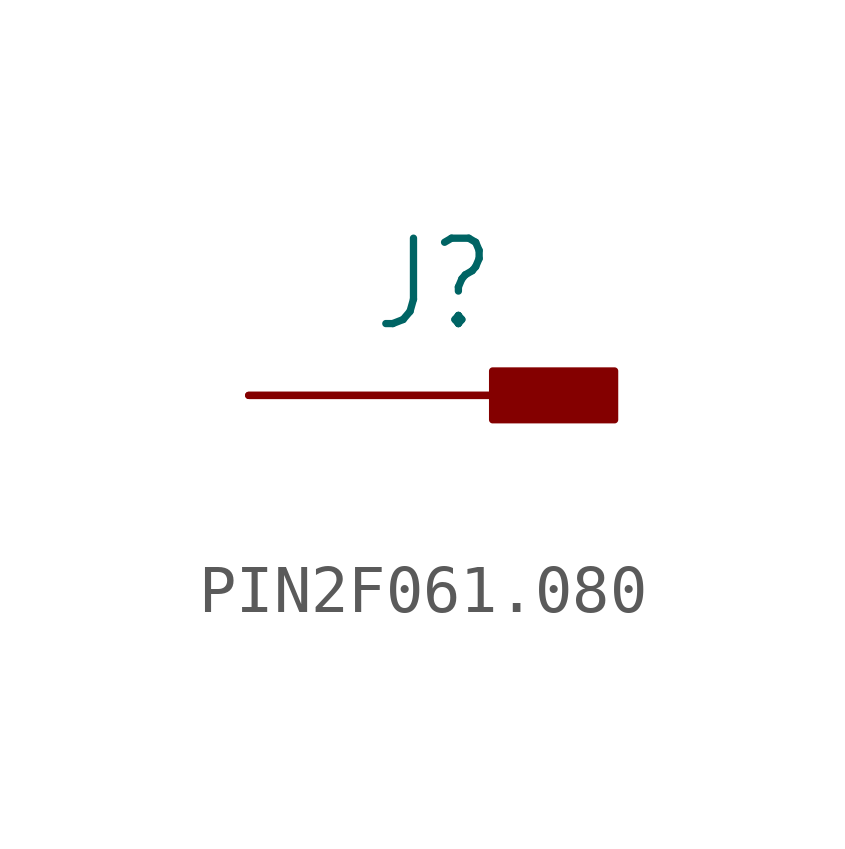
<source format=kicad_sym>
(kicad_symbol_lib
  (version 20220914)
  (generator kicad_symbol_editor)
  (symbol "PIN2F061.080"
    (property "Reference" "J"
      (at -2.54 1.27 0)
      (effects (font (size 1.778 1.511)) (justify left bottom)))
    (property "Value" ""
      (at -2.54 -2.54 0)
      (effects (font (size 1.778 1.511)) (justify left bottom)))
    (property "ki_locked" ""
      (at 0 0 0)
      (effects (font (size 1.27 1.27))))
    (symbol "PIN2F061.080_1_0"
      (rectangle (start 0 -0.508) (end 2.54 0.508) (stroke (width 0) (type default)) (fill (type outline)))
      (pin passive line (at -5.08 0 0) (length 5.08) (name "1" (effects (font (size 0 0)))) (number "1A" (effects (font (size 0 0)))))
      (pin passive line (at -5.08 0 0) (length 5.08) (name "1" (effects (font (size 0 0)))) (number "1B" (effects (font (size 0 0))))))))
</source>
